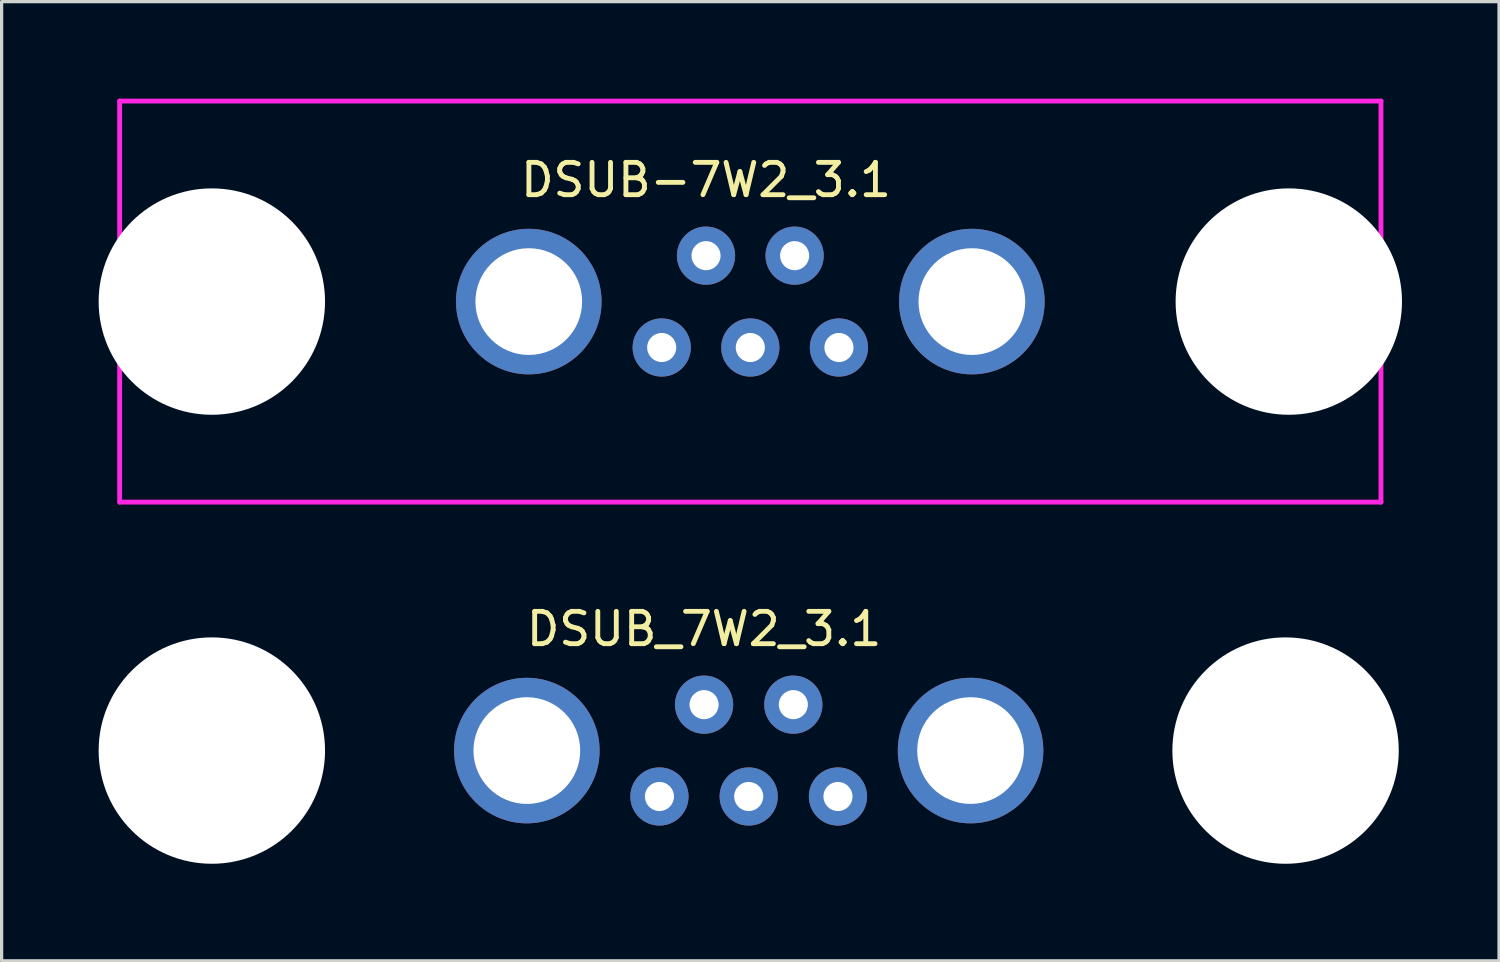
<source format=kicad_pcb>
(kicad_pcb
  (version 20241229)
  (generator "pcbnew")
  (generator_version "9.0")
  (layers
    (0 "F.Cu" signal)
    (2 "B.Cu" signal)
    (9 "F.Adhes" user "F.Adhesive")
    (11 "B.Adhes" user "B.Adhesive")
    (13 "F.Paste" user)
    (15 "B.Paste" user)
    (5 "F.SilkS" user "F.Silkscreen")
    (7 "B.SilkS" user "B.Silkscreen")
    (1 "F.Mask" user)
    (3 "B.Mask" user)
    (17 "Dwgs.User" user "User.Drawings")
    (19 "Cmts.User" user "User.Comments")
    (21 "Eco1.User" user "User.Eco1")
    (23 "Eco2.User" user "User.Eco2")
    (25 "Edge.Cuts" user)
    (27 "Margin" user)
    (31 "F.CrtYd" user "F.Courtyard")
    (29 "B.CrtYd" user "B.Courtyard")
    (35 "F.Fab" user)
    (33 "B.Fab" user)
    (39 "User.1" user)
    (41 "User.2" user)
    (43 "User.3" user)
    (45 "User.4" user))
  (footprint "DSUB-7W2_3.1"
    (layer "F.Cu")
    (at 20.15 6.275)
    (property "Reference" "DSUB-7W2_3.1" (at -1.37 -3.76 0) (layer "F.SilkS") (effects (font (size 1 1) (thickness 0.15))))
    (attr through_hole)
    (fp_line (start -19.5 -6.2) (end 19.5 -6.2) (stroke (width 0.15) (type solid)) (layer "F.CrtYd"))
    (fp_line (start -19.5 6.2) (end -19.5 -6.2) (stroke (width 0.15) (type solid)) (layer "F.CrtYd"))
    (fp_line (start 19.5 -6.2) (end 19.5 6.2) (stroke (width 0.15) (type solid)) (layer "F.CrtYd"))
    (fp_line (start 19.5 6.2) (end -19.5 6.2) (stroke (width 0.15) (type solid)) (layer "F.CrtYd"))
    (pad "" np_thru_hole circle (at -16.65 0) (size 7 7) (drill 7) (layers "*.Cu" "*.Mask"))
    (pad "" np_thru_hole circle (at 16.65 0) (size 7 7) (drill 7) (layers "*.Cu" "*.Mask"))
    (pad "1" thru_hole circle (at -1.37 -1.42) (size 1.8 1.8) (drill 0.9) (layers "*.Cu" "*.Mask"))
    (pad "2" thru_hole circle (at 1.37 -1.42) (size 1.8 1.8) (drill 0.9) (layers "*.Cu" "*.Mask"))
    (pad "3" thru_hole circle (at -2.74 1.42) (size 1.8 1.8) (drill 0.9) (layers "*.Cu" "*.Mask"))
    (pad "4" thru_hole circle (at 0 1.42) (size 1.8 1.8) (drill 0.9) (layers "*.Cu" "*.Mask"))
    (pad "5" thru_hole circle (at 2.74 1.42) (size 1.8 1.8) (drill 0.9) (layers "*.Cu" "*.Mask"))
    (pad "A1" thru_hole circle (at -6.85 0) (size 4.5 4.5) (drill 3.3) (layers "*.Cu" "*.Mask"))
    (pad "A2" thru_hole circle (at 6.85 0) (size 4.5 4.5) (drill 3.3) (layers "*.Cu" "*.Mask")))
  (footprint "DSUB_7W2_3.1"
    (layer "F.Cu")
    (at 18.72 18.738)
    (property "Reference" "DSUB_7W2_3.1" (at 0 -2.34 0) (layer "F.SilkS") (effects (font (size 1 1) (thickness 0.15))))
    (attr through_hole)
    (pad "" np_thru_hole circle (at -15.22 1.42) (size 7 7) (drill 7) (layers "*.Cu" "*.Mask"))
    (pad "" np_thru_hole circle (at 17.98 1.42) (size 7 7) (drill 7) (layers "*.Cu" "*.Mask"))
    (pad "1" thru_hole circle (at 0 0) (size 1.8 1.8) (drill 0.9) (layers "*.Cu" "*.Mask"))
    (pad "2" thru_hole circle (at 2.76 0) (size 1.8 1.8) (drill 0.9) (layers "*.Cu" "*.Mask"))
    (pad "3" thru_hole circle (at -1.38 2.84) (size 1.8 1.8) (drill 0.9) (layers "*.Cu" "*.Mask"))
    (pad "4" thru_hole circle (at 1.38 2.84) (size 1.8 1.8) (drill 0.9) (layers "*.Cu" "*.Mask"))
    (pad "5" thru_hole circle (at 4.14 2.84) (size 1.8 1.8) (drill 0.9) (layers "*.Cu" "*.Mask"))
    (pad "A1" thru_hole circle (at -5.48 1.42) (size 4.5 4.5) (drill 3.3) (layers "*.Cu" "*.Mask"))
    (pad "A2" thru_hole circle (at 8.24 1.42) (size 4.5 4.5) (drill 3.3) (layers "*.Cu" "*.Mask")))
  (gr_rect
    (start -3 -3)
    (end 43.3 26.658)
    (stroke (width 0.1) (type default))
    (fill no)
    (layer "Edge.Cuts")))
</source>
